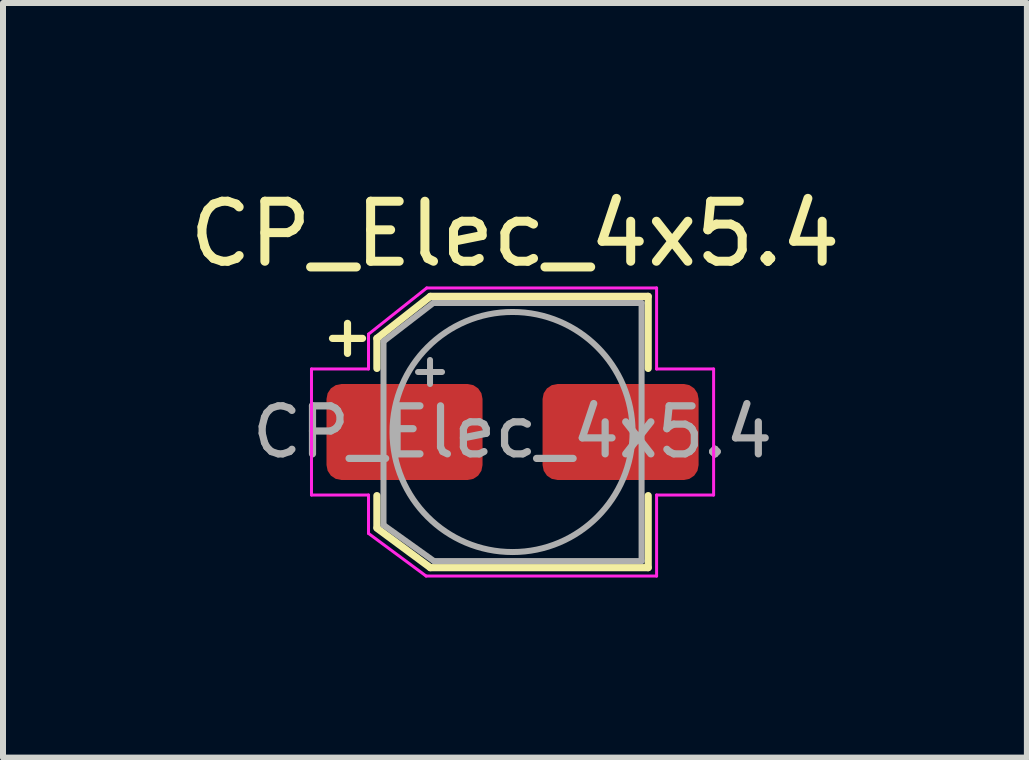
<source format=kicad_pcb>
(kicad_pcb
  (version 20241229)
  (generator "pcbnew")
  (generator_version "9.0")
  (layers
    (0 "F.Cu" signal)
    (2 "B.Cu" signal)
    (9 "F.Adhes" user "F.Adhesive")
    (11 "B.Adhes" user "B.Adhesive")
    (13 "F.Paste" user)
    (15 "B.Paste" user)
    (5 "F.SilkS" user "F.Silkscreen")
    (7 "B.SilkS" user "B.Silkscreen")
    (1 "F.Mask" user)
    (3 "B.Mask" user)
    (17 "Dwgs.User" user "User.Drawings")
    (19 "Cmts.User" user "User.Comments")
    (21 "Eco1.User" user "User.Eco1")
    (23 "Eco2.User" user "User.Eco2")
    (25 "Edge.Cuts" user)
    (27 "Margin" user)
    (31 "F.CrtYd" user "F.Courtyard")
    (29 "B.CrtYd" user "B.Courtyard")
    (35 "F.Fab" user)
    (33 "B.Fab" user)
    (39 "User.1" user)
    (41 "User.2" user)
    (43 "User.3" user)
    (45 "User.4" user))
  (footprint "CP_Elec_4x5.4"
    (layer "F.Cu")
    (at 5.49 4.148)
    (property "Reference" "CP_Elec_4x5.4" (at 0.04 -3.3 0) (layer "F.SilkS") (effects (font (size 1 1) (thickness 0.15))))
    (attr smd)
    (fp_line (start -3 -1.56) (end -2.5 -1.56) (stroke (width 0.12) (type solid)) (layer "F.SilkS"))
    (fp_line (start -2.75 -1.81) (end -2.75 -1.31) (stroke (width 0.12) (type solid)) (layer "F.SilkS"))
    (fp_line (start -2.26 -1.56) (end -2.26 -1.06) (stroke (width 0.12) (type solid)) (layer "F.SilkS"))
    (fp_line (start -2.26 -1.56) (end -1.37 -2.26) (stroke (width 0.12) (type solid)) (layer "F.SilkS"))
    (fp_line (start -2.26 1.59) (end -2.26 1.06) (stroke (width 0.12) (type solid)) (layer "F.SilkS"))
    (fp_line (start -2.26 1.602) (end -1.37 2.26) (stroke (width 0.12) (type solid)) (layer "F.SilkS"))
    (fp_line (start -1.37 -2.26) (end 2.26 -2.26) (stroke (width 0.12) (type solid)) (layer "F.SilkS"))
    (fp_line (start -1.37 2.26) (end 2.26 2.26) (stroke (width 0.12) (type solid)) (layer "F.SilkS"))
    (fp_line (start 2.26 -2.26) (end 2.26 -1.06) (stroke (width 0.12) (type solid)) (layer "F.SilkS"))
    (fp_line (start 2.26 2.26) (end 2.26 1.06) (stroke (width 0.12) (type solid)) (layer "F.SilkS"))
    (fp_line (start -3.35 -1.05) (end -3.35 1.05) (stroke (width 0.05) (type solid)) (layer "F.CrtYd"))
    (fp_line (start -3.35 1.05) (end -2.4 1.05) (stroke (width 0.05) (type solid)) (layer "F.CrtYd"))
    (fp_line (start -2.4 -1.63) (end -2.4 -1.05) (stroke (width 0.05) (type solid)) (layer "F.CrtYd"))
    (fp_line (start -2.4 -1.63) (end -1.43 -2.4) (stroke (width 0.05) (type solid)) (layer "F.CrtYd"))
    (fp_line (start -2.4 -1.05) (end -3.35 -1.05) (stroke (width 0.05) (type solid)) (layer "F.CrtYd"))
    (fp_line (start -2.4 1.05) (end -2.4 1.69) (stroke (width 0.05) (type solid)) (layer "F.CrtYd"))
    (fp_line (start -2.4 1.69) (end -1.44 2.4) (stroke (width 0.05) (type solid)) (layer "F.CrtYd"))
    (fp_line (start -1.44 2.4) (end 2.4 2.4) (stroke (width 0.05) (type solid)) (layer "F.CrtYd"))
    (fp_line (start -1.43 -2.4) (end 2.4 -2.4) (stroke (width 0.05) (type solid)) (layer "F.CrtYd"))
    (fp_line (start 2.4 -2.4) (end 2.4 -1.05) (stroke (width 0.05) (type solid)) (layer "F.CrtYd"))
    (fp_line (start 2.4 -1.05) (end 3.35 -1.05) (stroke (width 0.05) (type solid)) (layer "F.CrtYd"))
    (fp_line (start 2.4 1.05) (end 2.4 2.4) (stroke (width 0.05) (type solid)) (layer "F.CrtYd"))
    (fp_line (start 3.35 -1.05) (end 3.35 1.05) (stroke (width 0.05) (type solid)) (layer "F.CrtYd"))
    (fp_line (start 3.35 1.05) (end 2.4 1.05) (stroke (width 0.05) (type solid)) (layer "F.CrtYd"))
    (fp_line (start -2.15 -1.51) (end -2.15 1.55) (stroke (width 0.1) (type solid)) (layer "F.Fab"))
    (fp_line (start -2.15 -1.51) (end -1.32 -2.15) (stroke (width 0.1) (type solid)) (layer "F.Fab"))
    (fp_line (start -2.15 1.55) (end -1.31 2.15) (stroke (width 0.1) (type solid)) (layer "F.Fab"))
    (fp_line (start -1.575 -1) (end -1.175 -1) (stroke (width 0.1) (type solid)) (layer "F.Fab"))
    (fp_line (start -1.375 -1.2) (end -1.375 -0.8) (stroke (width 0.1) (type solid)) (layer "F.Fab"))
    (fp_line (start -1.32 -2.15) (end 2.15 -2.15) (stroke (width 0.1) (type solid)) (layer "F.Fab"))
    (fp_line (start -1.31 2.15) (end 2.15 2.15) (stroke (width 0.1) (type solid)) (layer "F.Fab"))
    (fp_line (start 2.15 -2.15) (end 2.15 2.15) (stroke (width 0.1) (type solid)) (layer "F.Fab"))
    (fp_circle (center 0 0) (end 2 0) (stroke (width 0.1) (type solid)) (fill no) (layer "F.Fab"))
    (fp_text user "${REFERENCE}" (at 0 0 0) (layer "F.Fab") (effects (font (size 0.8 0.8) (thickness 0.12))))
    (pad "1" smd roundrect (at -1.8 0) (size 2.6 1.6) (layers "F.Cu" "F.Mask" "F.Paste") (roundrect_rratio 0.156))
    (pad "2" smd roundrect (at 1.8 0) (size 2.6 1.6) (layers "F.Cu" "F.Mask" "F.Paste") (roundrect_rratio 0.156)))
  (gr_rect
    (start -3 -3)
    (end 14.06 9.573)
    (stroke (width 0.1) (type default))
    (fill no)
    (layer "Edge.Cuts")))
</source>
